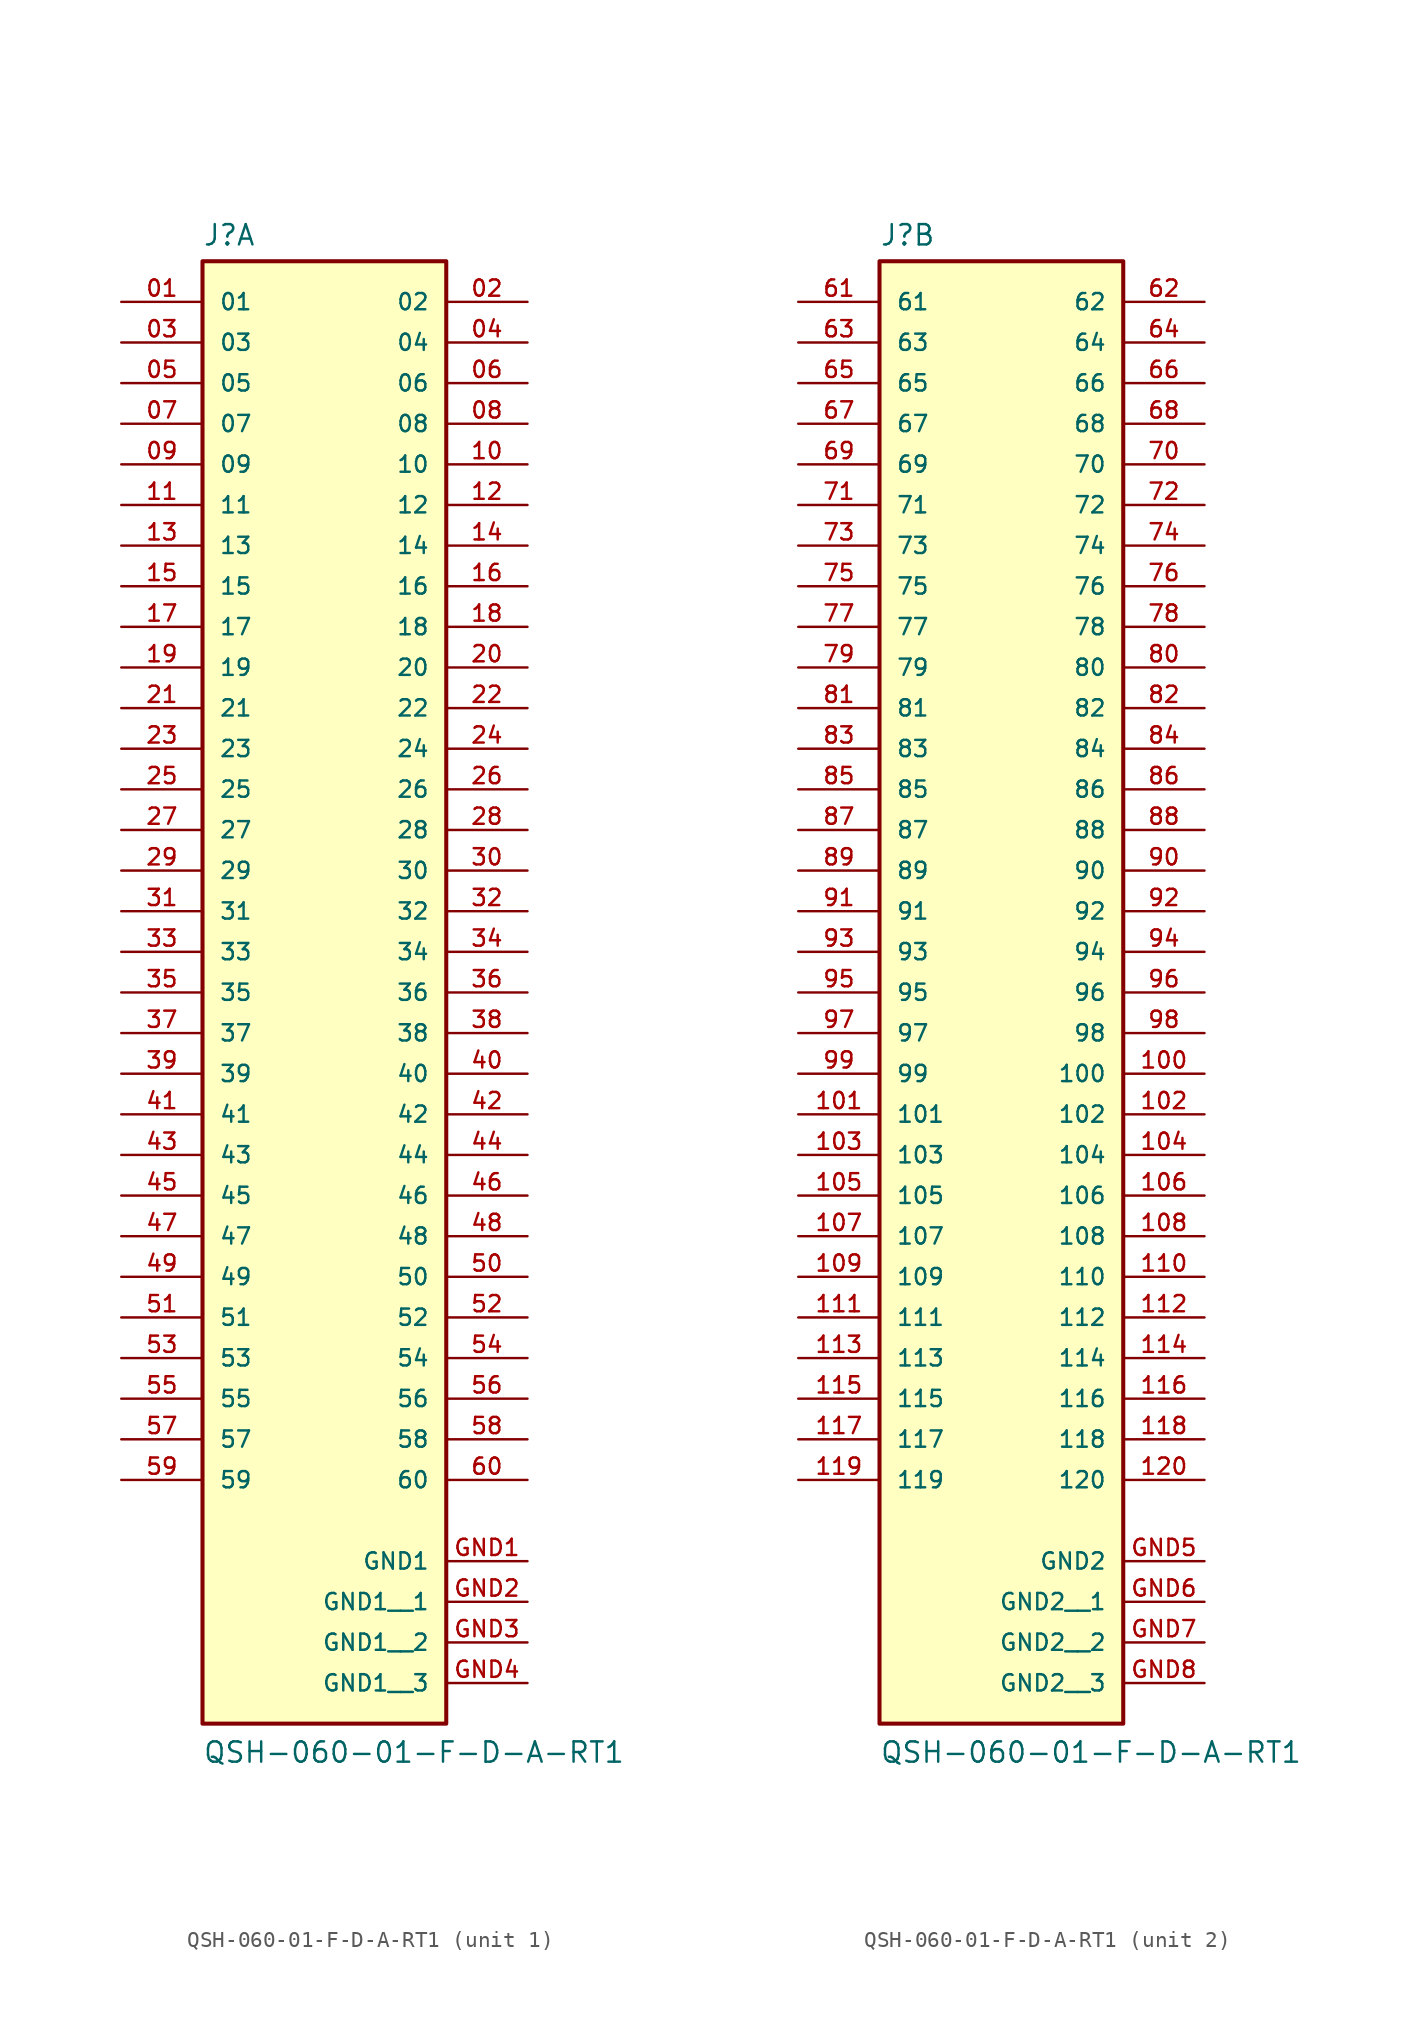
<source format=kicad_sym>
(kicad_symbol_lib
  (version 20220914)
  (generator kicad_symbol_editor)
  (symbol "QSH-060-01-F-D-A-RT1"
    (pin_names
      (offset 1.016))
    (property "Reference" "J"
      (at -7.62 41.529 0)
      (effects (font (size 1.27 1.27)) (justify left bottom)))
    (property "Value" "QSH-060-01-F-D-A-RT1"
      (at -7.62 -53.34 0)
      (effects (font (size 1.27 1.27)) (justify left bottom)))
    (symbol "QSH-060-01-F-D-A-RT1_1_0"
      (rectangle (start -7.62 40.64) (end 7.62 -50.8) (stroke (width 0.254) (type default)) (fill (type background)))
      (pin passive line (at -12.7 38.1 0) (length 5.08) (name "01" (effects (font (size 1.016 1.016)))) (number "01" (effects (font (size 1.016 1.016)))))
      (pin passive line (at 12.7 38.1 180) (length 5.08) (name "02" (effects (font (size 1.016 1.016)))) (number "02" (effects (font (size 1.016 1.016)))))
      (pin passive line (at -12.7 35.56 0) (length 5.08) (name "03" (effects (font (size 1.016 1.016)))) (number "03" (effects (font (size 1.016 1.016)))))
      (pin passive line (at 12.7 35.56 180) (length 5.08) (name "04" (effects (font (size 1.016 1.016)))) (number "04" (effects (font (size 1.016 1.016)))))
      (pin passive line (at -12.7 33.02 0) (length 5.08) (name "05" (effects (font (size 1.016 1.016)))) (number "05" (effects (font (size 1.016 1.016)))))
      (pin passive line (at 12.7 33.02 180) (length 5.08) (name "06" (effects (font (size 1.016 1.016)))) (number "06" (effects (font (size 1.016 1.016)))))
      (pin passive line (at -12.7 30.48 0) (length 5.08) (name "07" (effects (font (size 1.016 1.016)))) (number "07" (effects (font (size 1.016 1.016)))))
      (pin passive line (at 12.7 30.48 180) (length 5.08) (name "08" (effects (font (size 1.016 1.016)))) (number "08" (effects (font (size 1.016 1.016)))))
      (pin passive line (at -12.7 27.94 0) (length 5.08) (name "09" (effects (font (size 1.016 1.016)))) (number "09" (effects (font (size 1.016 1.016)))))
      (pin passive line (at 12.7 27.94 180) (length 5.08) (name "10" (effects (font (size 1.016 1.016)))) (number "10" (effects (font (size 1.016 1.016)))))
      (pin passive line (at -12.7 25.4 0) (length 5.08) (name "11" (effects (font (size 1.016 1.016)))) (number "11" (effects (font (size 1.016 1.016)))))
      (pin passive line (at 12.7 25.4 180) (length 5.08) (name "12" (effects (font (size 1.016 1.016)))) (number "12" (effects (font (size 1.016 1.016)))))
      (pin passive line (at -12.7 22.86 0) (length 5.08) (name "13" (effects (font (size 1.016 1.016)))) (number "13" (effects (font (size 1.016 1.016)))))
      (pin passive line (at 12.7 22.86 180) (length 5.08) (name "14" (effects (font (size 1.016 1.016)))) (number "14" (effects (font (size 1.016 1.016)))))
      (pin passive line (at -12.7 20.32 0) (length 5.08) (name "15" (effects (font (size 1.016 1.016)))) (number "15" (effects (font (size 1.016 1.016)))))
      (pin passive line (at 12.7 20.32 180) (length 5.08) (name "16" (effects (font (size 1.016 1.016)))) (number "16" (effects (font (size 1.016 1.016)))))
      (pin passive line (at -12.7 17.78 0) (length 5.08) (name "17" (effects (font (size 1.016 1.016)))) (number "17" (effects (font (size 1.016 1.016)))))
      (pin passive line (at 12.7 17.78 180) (length 5.08) (name "18" (effects (font (size 1.016 1.016)))) (number "18" (effects (font (size 1.016 1.016)))))
      (pin passive line (at -12.7 15.24 0) (length 5.08) (name "19" (effects (font (size 1.016 1.016)))) (number "19" (effects (font (size 1.016 1.016)))))
      (pin passive line (at 12.7 15.24 180) (length 5.08) (name "20" (effects (font (size 1.016 1.016)))) (number "20" (effects (font (size 1.016 1.016)))))
      (pin passive line (at -12.7 12.7 0) (length 5.08) (name "21" (effects (font (size 1.016 1.016)))) (number "21" (effects (font (size 1.016 1.016)))))
      (pin passive line (at 12.7 12.7 180) (length 5.08) (name "22" (effects (font (size 1.016 1.016)))) (number "22" (effects (font (size 1.016 1.016)))))
      (pin passive line (at -12.7 10.16 0) (length 5.08) (name "23" (effects (font (size 1.016 1.016)))) (number "23" (effects (font (size 1.016 1.016)))))
      (pin passive line (at 12.7 10.16 180) (length 5.08) (name "24" (effects (font (size 1.016 1.016)))) (number "24" (effects (font (size 1.016 1.016)))))
      (pin passive line (at -12.7 7.62 0) (length 5.08) (name "25" (effects (font (size 1.016 1.016)))) (number "25" (effects (font (size 1.016 1.016)))))
      (pin passive line (at 12.7 7.62 180) (length 5.08) (name "26" (effects (font (size 1.016 1.016)))) (number "26" (effects (font (size 1.016 1.016)))))
      (pin passive line (at -12.7 5.08 0) (length 5.08) (name "27" (effects (font (size 1.016 1.016)))) (number "27" (effects (font (size 1.016 1.016)))))
      (pin passive line (at 12.7 5.08 180) (length 5.08) (name "28" (effects (font (size 1.016 1.016)))) (number "28" (effects (font (size 1.016 1.016)))))
      (pin passive line (at -12.7 2.54 0) (length 5.08) (name "29" (effects (font (size 1.016 1.016)))) (number "29" (effects (font (size 1.016 1.016)))))
      (pin passive line (at 12.7 2.54 180) (length 5.08) (name "30" (effects (font (size 1.016 1.016)))) (number "30" (effects (font (size 1.016 1.016)))))
      (pin passive line (at -12.7 0 0) (length 5.08) (name "31" (effects (font (size 1.016 1.016)))) (number "31" (effects (font (size 1.016 1.016)))))
      (pin passive line (at 12.7 0 180) (length 5.08) (name "32" (effects (font (size 1.016 1.016)))) (number "32" (effects (font (size 1.016 1.016)))))
      (pin passive line (at -12.7 -2.54 0) (length 5.08) (name "33" (effects (font (size 1.016 1.016)))) (number "33" (effects (font (size 1.016 1.016)))))
      (pin passive line (at 12.7 -2.54 180) (length 5.08) (name "34" (effects (font (size 1.016 1.016)))) (number "34" (effects (font (size 1.016 1.016)))))
      (pin passive line (at -12.7 -5.08 0) (length 5.08) (name "35" (effects (font (size 1.016 1.016)))) (number "35" (effects (font (size 1.016 1.016)))))
      (pin passive line (at 12.7 -5.08 180) (length 5.08) (name "36" (effects (font (size 1.016 1.016)))) (number "36" (effects (font (size 1.016 1.016)))))
      (pin passive line (at -12.7 -7.62 0) (length 5.08) (name "37" (effects (font (size 1.016 1.016)))) (number "37" (effects (font (size 1.016 1.016)))))
      (pin passive line (at 12.7 -7.62 180) (length 5.08) (name "38" (effects (font (size 1.016 1.016)))) (number "38" (effects (font (size 1.016 1.016)))))
      (pin passive line (at -12.7 -10.16 0) (length 5.08) (name "39" (effects (font (size 1.016 1.016)))) (number "39" (effects (font (size 1.016 1.016)))))
      (pin passive line (at 12.7 -10.16 180) (length 5.08) (name "40" (effects (font (size 1.016 1.016)))) (number "40" (effects (font (size 1.016 1.016)))))
      (pin passive line (at -12.7 -12.7 0) (length 5.08) (name "41" (effects (font (size 1.016 1.016)))) (number "41" (effects (font (size 1.016 1.016)))))
      (pin passive line (at 12.7 -12.7 180) (length 5.08) (name "42" (effects (font (size 1.016 1.016)))) (number "42" (effects (font (size 1.016 1.016)))))
      (pin passive line (at -12.7 -15.24 0) (length 5.08) (name "43" (effects (font (size 1.016 1.016)))) (number "43" (effects (font (size 1.016 1.016)))))
      (pin passive line (at 12.7 -15.24 180) (length 5.08) (name "44" (effects (font (size 1.016 1.016)))) (number "44" (effects (font (size 1.016 1.016)))))
      (pin passive line (at -12.7 -17.78 0) (length 5.08) (name "45" (effects (font (size 1.016 1.016)))) (number "45" (effects (font (size 1.016 1.016)))))
      (pin passive line (at 12.7 -17.78 180) (length 5.08) (name "46" (effects (font (size 1.016 1.016)))) (number "46" (effects (font (size 1.016 1.016)))))
      (pin passive line (at -12.7 -20.32 0) (length 5.08) (name "47" (effects (font (size 1.016 1.016)))) (number "47" (effects (font (size 1.016 1.016)))))
      (pin passive line (at 12.7 -20.32 180) (length 5.08) (name "48" (effects (font (size 1.016 1.016)))) (number "48" (effects (font (size 1.016 1.016)))))
      (pin passive line (at -12.7 -22.86 0) (length 5.08) (name "49" (effects (font (size 1.016 1.016)))) (number "49" (effects (font (size 1.016 1.016)))))
      (pin passive line (at 12.7 -22.86 180) (length 5.08) (name "50" (effects (font (size 1.016 1.016)))) (number "50" (effects (font (size 1.016 1.016)))))
      (pin passive line (at -12.7 -25.4 0) (length 5.08) (name "51" (effects (font (size 1.016 1.016)))) (number "51" (effects (font (size 1.016 1.016)))))
      (pin passive line (at 12.7 -25.4 180) (length 5.08) (name "52" (effects (font (size 1.016 1.016)))) (number "52" (effects (font (size 1.016 1.016)))))
      (pin passive line (at -12.7 -27.94 0) (length 5.08) (name "53" (effects (font (size 1.016 1.016)))) (number "53" (effects (font (size 1.016 1.016)))))
      (pin passive line (at 12.7 -27.94 180) (length 5.08) (name "54" (effects (font (size 1.016 1.016)))) (number "54" (effects (font (size 1.016 1.016)))))
      (pin passive line (at -12.7 -30.48 0) (length 5.08) (name "55" (effects (font (size 1.016 1.016)))) (number "55" (effects (font (size 1.016 1.016)))))
      (pin passive line (at 12.7 -30.48 180) (length 5.08) (name "56" (effects (font (size 1.016 1.016)))) (number "56" (effects (font (size 1.016 1.016)))))
      (pin passive line (at -12.7 -33.02 0) (length 5.08) (name "57" (effects (font (size 1.016 1.016)))) (number "57" (effects (font (size 1.016 1.016)))))
      (pin passive line (at 12.7 -33.02 180) (length 5.08) (name "58" (effects (font (size 1.016 1.016)))) (number "58" (effects (font (size 1.016 1.016)))))
      (pin passive line (at -12.7 -35.56 0) (length 5.08) (name "59" (effects (font (size 1.016 1.016)))) (number "59" (effects (font (size 1.016 1.016)))))
      (pin passive line (at 12.7 -35.56 180) (length 5.08) (name "60" (effects (font (size 1.016 1.016)))) (number "60" (effects (font (size 1.016 1.016)))))
      (pin power_in line (at 12.7 -40.64 180) (length 5.08) (name "GND1" (effects (font (size 1.016 1.016)))) (number "GND1" (effects (font (size 1.016 1.016)))))
      (pin power_in line (at 12.7 -43.18 180) (length 5.08) (name "GND1__1" (effects (font (size 1.016 1.016)))) (number "GND2" (effects (font (size 1.016 1.016)))))
      (pin power_in line (at 12.7 -45.72 180) (length 5.08) (name "GND1__2" (effects (font (size 1.016 1.016)))) (number "GND3" (effects (font (size 1.016 1.016)))))
      (pin power_in line (at 12.7 -48.26 180) (length 5.08) (name "GND1__3" (effects (font (size 1.016 1.016)))) (number "GND4" (effects (font (size 1.016 1.016))))))
    (symbol "QSH-060-01-F-D-A-RT1_2_0"
      (rectangle (start -7.62 -50.8) (end 7.62 40.64) (stroke (width 0.254) (type default)) (fill (type background)))
      (pin passive line (at 12.7 -10.16 180) (length 5.08) (name "100" (effects (font (size 1.016 1.016)))) (number "100" (effects (font (size 1.016 1.016)))))
      (pin passive line (at -12.7 -12.7 0) (length 5.08) (name "101" (effects (font (size 1.016 1.016)))) (number "101" (effects (font (size 1.016 1.016)))))
      (pin passive line (at 12.7 -12.7 180) (length 5.08) (name "102" (effects (font (size 1.016 1.016)))) (number "102" (effects (font (size 1.016 1.016)))))
      (pin passive line (at -12.7 -15.24 0) (length 5.08) (name "103" (effects (font (size 1.016 1.016)))) (number "103" (effects (font (size 1.016 1.016)))))
      (pin passive line (at 12.7 -15.24 180) (length 5.08) (name "104" (effects (font (size 1.016 1.016)))) (number "104" (effects (font (size 1.016 1.016)))))
      (pin passive line (at -12.7 -17.78 0) (length 5.08) (name "105" (effects (font (size 1.016 1.016)))) (number "105" (effects (font (size 1.016 1.016)))))
      (pin passive line (at 12.7 -17.78 180) (length 5.08) (name "106" (effects (font (size 1.016 1.016)))) (number "106" (effects (font (size 1.016 1.016)))))
      (pin passive line (at -12.7 -20.32 0) (length 5.08) (name "107" (effects (font (size 1.016 1.016)))) (number "107" (effects (font (size 1.016 1.016)))))
      (pin passive line (at 12.7 -20.32 180) (length 5.08) (name "108" (effects (font (size 1.016 1.016)))) (number "108" (effects (font (size 1.016 1.016)))))
      (pin passive line (at -12.7 -22.86 0) (length 5.08) (name "109" (effects (font (size 1.016 1.016)))) (number "109" (effects (font (size 1.016 1.016)))))
      (pin passive line (at 12.7 -22.86 180) (length 5.08) (name "110" (effects (font (size 1.016 1.016)))) (number "110" (effects (font (size 1.016 1.016)))))
      (pin passive line (at -12.7 -25.4 0) (length 5.08) (name "111" (effects (font (size 1.016 1.016)))) (number "111" (effects (font (size 1.016 1.016)))))
      (pin passive line (at 12.7 -25.4 180) (length 5.08) (name "112" (effects (font (size 1.016 1.016)))) (number "112" (effects (font (size 1.016 1.016)))))
      (pin passive line (at -12.7 -27.94 0) (length 5.08) (name "113" (effects (font (size 1.016 1.016)))) (number "113" (effects (font (size 1.016 1.016)))))
      (pin passive line (at 12.7 -27.94 180) (length 5.08) (name "114" (effects (font (size 1.016 1.016)))) (number "114" (effects (font (size 1.016 1.016)))))
      (pin passive line (at -12.7 -30.48 0) (length 5.08) (name "115" (effects (font (size 1.016 1.016)))) (number "115" (effects (font (size 1.016 1.016)))))
      (pin passive line (at 12.7 -30.48 180) (length 5.08) (name "116" (effects (font (size 1.016 1.016)))) (number "116" (effects (font (size 1.016 1.016)))))
      (pin passive line (at -12.7 -33.02 0) (length 5.08) (name "117" (effects (font (size 1.016 1.016)))) (number "117" (effects (font (size 1.016 1.016)))))
      (pin passive line (at 12.7 -33.02 180) (length 5.08) (name "118" (effects (font (size 1.016 1.016)))) (number "118" (effects (font (size 1.016 1.016)))))
      (pin passive line (at -12.7 -35.56 0) (length 5.08) (name "119" (effects (font (size 1.016 1.016)))) (number "119" (effects (font (size 1.016 1.016)))))
      (pin passive line (at 12.7 -35.56 180) (length 5.08) (name "120" (effects (font (size 1.016 1.016)))) (number "120" (effects (font (size 1.016 1.016)))))
      (pin passive line (at -12.7 38.1 0) (length 5.08) (name "61" (effects (font (size 1.016 1.016)))) (number "61" (effects (font (size 1.016 1.016)))))
      (pin passive line (at 12.7 38.1 180) (length 5.08) (name "62" (effects (font (size 1.016 1.016)))) (number "62" (effects (font (size 1.016 1.016)))))
      (pin passive line (at -12.7 35.56 0) (length 5.08) (name "63" (effects (font (size 1.016 1.016)))) (number "63" (effects (font (size 1.016 1.016)))))
      (pin passive line (at 12.7 35.56 180) (length 5.08) (name "64" (effects (font (size 1.016 1.016)))) (number "64" (effects (font (size 1.016 1.016)))))
      (pin passive line (at -12.7 33.02 0) (length 5.08) (name "65" (effects (font (size 1.016 1.016)))) (number "65" (effects (font (size 1.016 1.016)))))
      (pin passive line (at 12.7 33.02 180) (length 5.08) (name "66" (effects (font (size 1.016 1.016)))) (number "66" (effects (font (size 1.016 1.016)))))
      (pin passive line (at -12.7 30.48 0) (length 5.08) (name "67" (effects (font (size 1.016 1.016)))) (number "67" (effects (font (size 1.016 1.016)))))
      (pin passive line (at 12.7 30.48 180) (length 5.08) (name "68" (effects (font (size 1.016 1.016)))) (number "68" (effects (font (size 1.016 1.016)))))
      (pin passive line (at -12.7 27.94 0) (length 5.08) (name "69" (effects (font (size 1.016 1.016)))) (number "69" (effects (font (size 1.016 1.016)))))
      (pin passive line (at 12.7 27.94 180) (length 5.08) (name "70" (effects (font (size 1.016 1.016)))) (number "70" (effects (font (size 1.016 1.016)))))
      (pin passive line (at -12.7 25.4 0) (length 5.08) (name "71" (effects (font (size 1.016 1.016)))) (number "71" (effects (font (size 1.016 1.016)))))
      (pin passive line (at 12.7 25.4 180) (length 5.08) (name "72" (effects (font (size 1.016 1.016)))) (number "72" (effects (font (size 1.016 1.016)))))
      (pin passive line (at -12.7 22.86 0) (length 5.08) (name "73" (effects (font (size 1.016 1.016)))) (number "73" (effects (font (size 1.016 1.016)))))
      (pin passive line (at 12.7 22.86 180) (length 5.08) (name "74" (effects (font (size 1.016 1.016)))) (number "74" (effects (font (size 1.016 1.016)))))
      (pin passive line (at -12.7 20.32 0) (length 5.08) (name "75" (effects (font (size 1.016 1.016)))) (number "75" (effects (font (size 1.016 1.016)))))
      (pin passive line (at 12.7 20.32 180) (length 5.08) (name "76" (effects (font (size 1.016 1.016)))) (number "76" (effects (font (size 1.016 1.016)))))
      (pin passive line (at -12.7 17.78 0) (length 5.08) (name "77" (effects (font (size 1.016 1.016)))) (number "77" (effects (font (size 1.016 1.016)))))
      (pin passive line (at 12.7 17.78 180) (length 5.08) (name "78" (effects (font (size 1.016 1.016)))) (number "78" (effects (font (size 1.016 1.016)))))
      (pin passive line (at -12.7 15.24 0) (length 5.08) (name "79" (effects (font (size 1.016 1.016)))) (number "79" (effects (font (size 1.016 1.016)))))
      (pin passive line (at 12.7 15.24 180) (length 5.08) (name "80" (effects (font (size 1.016 1.016)))) (number "80" (effects (font (size 1.016 1.016)))))
      (pin passive line (at -12.7 12.7 0) (length 5.08) (name "81" (effects (font (size 1.016 1.016)))) (number "81" (effects (font (size 1.016 1.016)))))
      (pin passive line (at 12.7 12.7 180) (length 5.08) (name "82" (effects (font (size 1.016 1.016)))) (number "82" (effects (font (size 1.016 1.016)))))
      (pin passive line (at -12.7 10.16 0) (length 5.08) (name "83" (effects (font (size 1.016 1.016)))) (number "83" (effects (font (size 1.016 1.016)))))
      (pin passive line (at 12.7 10.16 180) (length 5.08) (name "84" (effects (font (size 1.016 1.016)))) (number "84" (effects (font (size 1.016 1.016)))))
      (pin passive line (at -12.7 7.62 0) (length 5.08) (name "85" (effects (font (size 1.016 1.016)))) (number "85" (effects (font (size 1.016 1.016)))))
      (pin passive line (at 12.7 7.62 180) (length 5.08) (name "86" (effects (font (size 1.016 1.016)))) (number "86" (effects (font (size 1.016 1.016)))))
      (pin passive line (at -12.7 5.08 0) (length 5.08) (name "87" (effects (font (size 1.016 1.016)))) (number "87" (effects (font (size 1.016 1.016)))))
      (pin passive line (at 12.7 5.08 180) (length 5.08) (name "88" (effects (font (size 1.016 1.016)))) (number "88" (effects (font (size 1.016 1.016)))))
      (pin passive line (at -12.7 2.54 0) (length 5.08) (name "89" (effects (font (size 1.016 1.016)))) (number "89" (effects (font (size 1.016 1.016)))))
      (pin passive line (at 12.7 2.54 180) (length 5.08) (name "90" (effects (font (size 1.016 1.016)))) (number "90" (effects (font (size 1.016 1.016)))))
      (pin passive line (at -12.7 0 0) (length 5.08) (name "91" (effects (font (size 1.016 1.016)))) (number "91" (effects (font (size 1.016 1.016)))))
      (pin passive line (at 12.7 0 180) (length 5.08) (name "92" (effects (font (size 1.016 1.016)))) (number "92" (effects (font (size 1.016 1.016)))))
      (pin passive line (at -12.7 -2.54 0) (length 5.08) (name "93" (effects (font (size 1.016 1.016)))) (number "93" (effects (font (size 1.016 1.016)))))
      (pin passive line (at 12.7 -2.54 180) (length 5.08) (name "94" (effects (font (size 1.016 1.016)))) (number "94" (effects (font (size 1.016 1.016)))))
      (pin passive line (at -12.7 -5.08 0) (length 5.08) (name "95" (effects (font (size 1.016 1.016)))) (number "95" (effects (font (size 1.016 1.016)))))
      (pin passive line (at 12.7 -5.08 180) (length 5.08) (name "96" (effects (font (size 1.016 1.016)))) (number "96" (effects (font (size 1.016 1.016)))))
      (pin passive line (at -12.7 -7.62 0) (length 5.08) (name "97" (effects (font (size 1.016 1.016)))) (number "97" (effects (font (size 1.016 1.016)))))
      (pin passive line (at 12.7 -7.62 180) (length 5.08) (name "98" (effects (font (size 1.016 1.016)))) (number "98" (effects (font (size 1.016 1.016)))))
      (pin passive line (at -12.7 -10.16 0) (length 5.08) (name "99" (effects (font (size 1.016 1.016)))) (number "99" (effects (font (size 1.016 1.016)))))
      (pin power_in line (at 12.7 -40.64 180) (length 5.08) (name "GND2" (effects (font (size 1.016 1.016)))) (number "GND5" (effects (font (size 1.016 1.016)))))
      (pin power_in line (at 12.7 -43.18 180) (length 5.08) (name "GND2__1" (effects (font (size 1.016 1.016)))) (number "GND6" (effects (font (size 1.016 1.016)))))
      (pin power_in line (at 12.7 -45.72 180) (length 5.08) (name "GND2__2" (effects (font (size 1.016 1.016)))) (number "GND7" (effects (font (size 1.016 1.016)))))
      (pin power_in line (at 12.7 -48.26 180) (length 5.08) (name "GND2__3" (effects (font (size 1.016 1.016)))) (number "GND8" (effects (font (size 1.016 1.016))))))))
</source>
